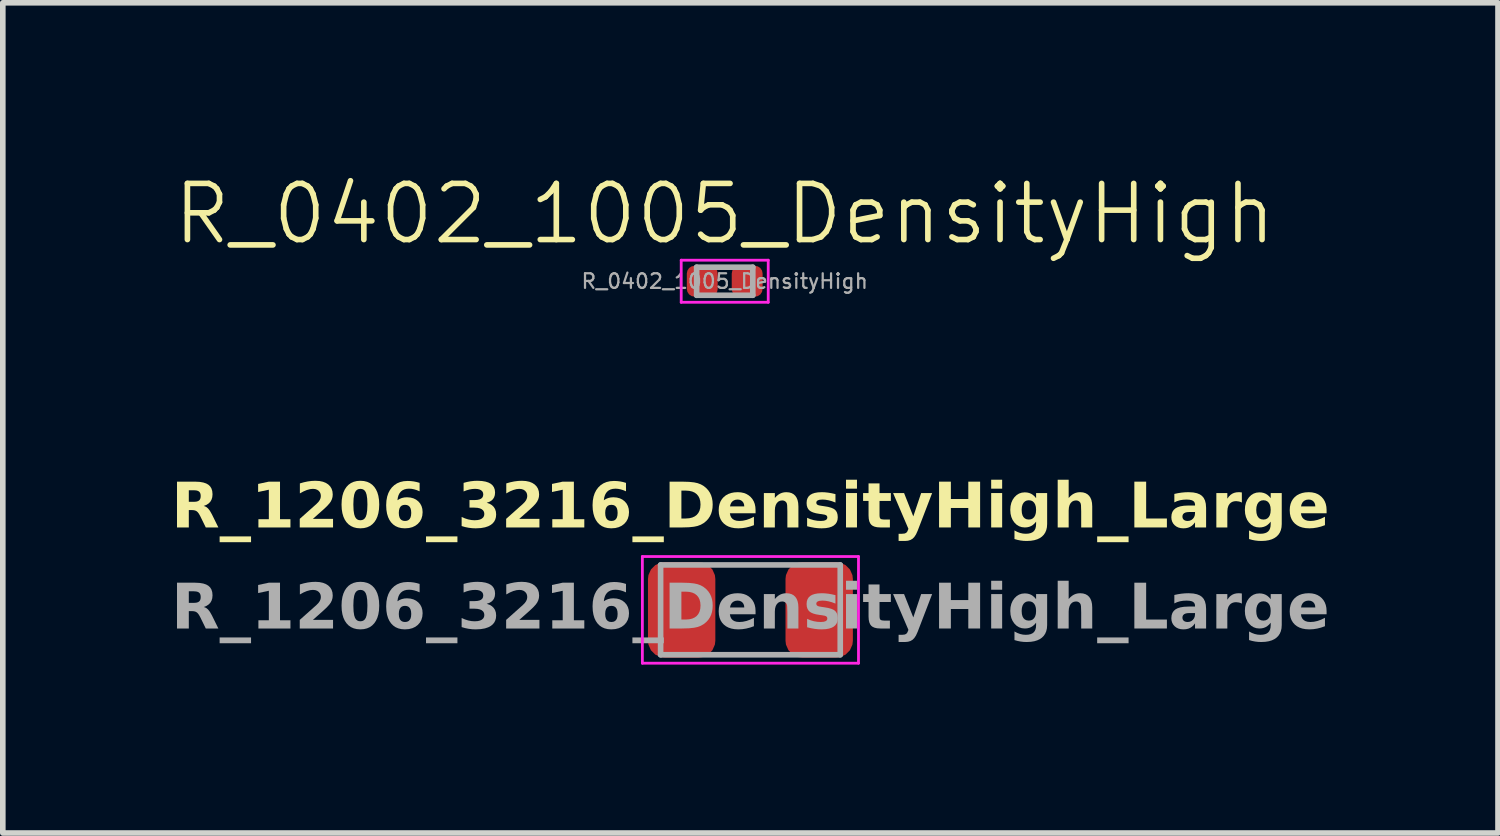
<source format=kicad_pcb>
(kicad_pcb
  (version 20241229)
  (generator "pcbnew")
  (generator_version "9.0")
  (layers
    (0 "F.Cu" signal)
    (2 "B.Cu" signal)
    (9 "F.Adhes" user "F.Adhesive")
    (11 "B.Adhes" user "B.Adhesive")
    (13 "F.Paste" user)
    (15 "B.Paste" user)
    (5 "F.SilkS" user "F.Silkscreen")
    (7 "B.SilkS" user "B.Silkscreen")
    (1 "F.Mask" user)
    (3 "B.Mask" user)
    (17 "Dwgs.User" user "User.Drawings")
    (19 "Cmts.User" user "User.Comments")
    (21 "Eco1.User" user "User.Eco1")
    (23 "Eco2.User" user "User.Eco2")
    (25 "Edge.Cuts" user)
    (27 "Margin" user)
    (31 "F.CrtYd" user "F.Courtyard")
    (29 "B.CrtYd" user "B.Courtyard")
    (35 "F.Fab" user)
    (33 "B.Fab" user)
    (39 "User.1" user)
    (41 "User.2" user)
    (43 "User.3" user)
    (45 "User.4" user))
  (footprint "R_1206_3216_DensityHigh_Large"
    (layer "F.Cu")
    (at 10.318 7.814)
    (property "Reference" "R_1206_3216_DensityHigh_Large" (at 0 -1.8 0) (unlocked yes) (layer "F.SilkS") (effects (font (face "JetBrains Mono SemiBold") (size 0.8 0.8) (thickness 0.1))))
    (attr smd)
    (fp_line (start -1.925 -0.95) (end 1.925 -0.95) (stroke (width 0.05) (type solid)) (layer "F.CrtYd"))
    (fp_line (start -1.925 0.95) (end -1.925 -0.95) (stroke (width 0.05) (type solid)) (layer "F.CrtYd"))
    (fp_line (start 1.925 -0.95) (end 1.925 0.95) (stroke (width 0.05) (type solid)) (layer "F.CrtYd"))
    (fp_line (start 1.925 0.95) (end -1.925 0.95) (stroke (width 0.05) (type solid)) (layer "F.CrtYd"))
    (fp_line (start -1.6 -0.8) (end 1.6 -0.8) (stroke (width 0.1) (type solid)) (layer "F.Fab"))
    (fp_line (start -1.6 0.8) (end -1.6 -0.8) (stroke (width 0.1) (type solid)) (layer "F.Fab"))
    (fp_line (start 1.6 -0.8) (end 1.6 0.8) (stroke (width 0.1) (type solid)) (layer "F.Fab"))
    (fp_line (start 1.6 0.8) (end -1.6 0.8) (stroke (width 0.1) (type solid)) (layer "F.Fab"))
    (fp_text user "${REFERENCE}" (at 0 0 0) (layer "F.Fab") (effects (font (face "JetBrains Mono SemiBold") (size 0.8 0.8) (thickness 0.12))))
    (pad "1" smd roundrect (at -1.225 0) (size 1.2 1.7) (layers "F.Cu" "F.Mask" "F.Paste") (roundrect_rratio 0.25))
    (pad "2" smd roundrect (at 1.225 0) (size 1.2 1.7) (layers "F.Cu" "F.Mask" "F.Paste") (roundrect_rratio 0.25)))
  (footprint "R_0402_1005_DensityHigh"
    (layer "F.Cu")
    (at 9.86 1.96)
    (property "Reference" "R_0402_1005_DensityHigh" (at 0 -1.2 0) (unlocked yes) (layer "F.SilkS") (effects (font (size 1 1) (thickness 0.1))))
    (attr smd)
    (fp_line (start -0.775 -0.375) (end 0.775 -0.375) (stroke (width 0.05) (type solid)) (layer "F.CrtYd"))
    (fp_line (start -0.775 0.375) (end -0.775 -0.375) (stroke (width 0.05) (type solid)) (layer "F.CrtYd"))
    (fp_line (start 0.775 -0.375) (end 0.775 0.375) (stroke (width 0.05) (type solid)) (layer "F.CrtYd"))
    (fp_line (start 0.775 0.375) (end -0.775 0.375) (stroke (width 0.05) (type solid)) (layer "F.CrtYd"))
    (fp_line (start -0.5 -0.25) (end 0.5 -0.25) (stroke (width 0.1) (type solid)) (layer "F.Fab"))
    (fp_line (start -0.5 0.25) (end -0.5 -0.25) (stroke (width 0.1) (type solid)) (layer "F.Fab"))
    (fp_line (start 0.5 -0.25) (end 0.5 0.25) (stroke (width 0.1) (type solid)) (layer "F.Fab"))
    (fp_line (start 0.5 0.25) (end -0.5 0.25) (stroke (width 0.1) (type solid)) (layer "F.Fab"))
    (fp_text user "${REFERENCE}" (at 0 0 0) (layer "F.Fab") (effects (font (size 0.26 0.26) (thickness 0.04))))
    (pad "1" smd roundrect (at -0.4 0) (size 0.55 0.55) (layers "F.Cu" "F.Mask" "F.Paste") (roundrect_rratio 0.25))
    (pad "2" smd roundrect (at 0.4 0) (size 0.55 0.55) (layers "F.Cu" "F.Mask" "F.Paste") (roundrect_rratio 0.25)))
  (gr_rect
    (start -3 -3)
    (end 23.635 11.789)
    (stroke (width 0.1) (type default))
    (fill no)
    (layer "Edge.Cuts")))
</source>
